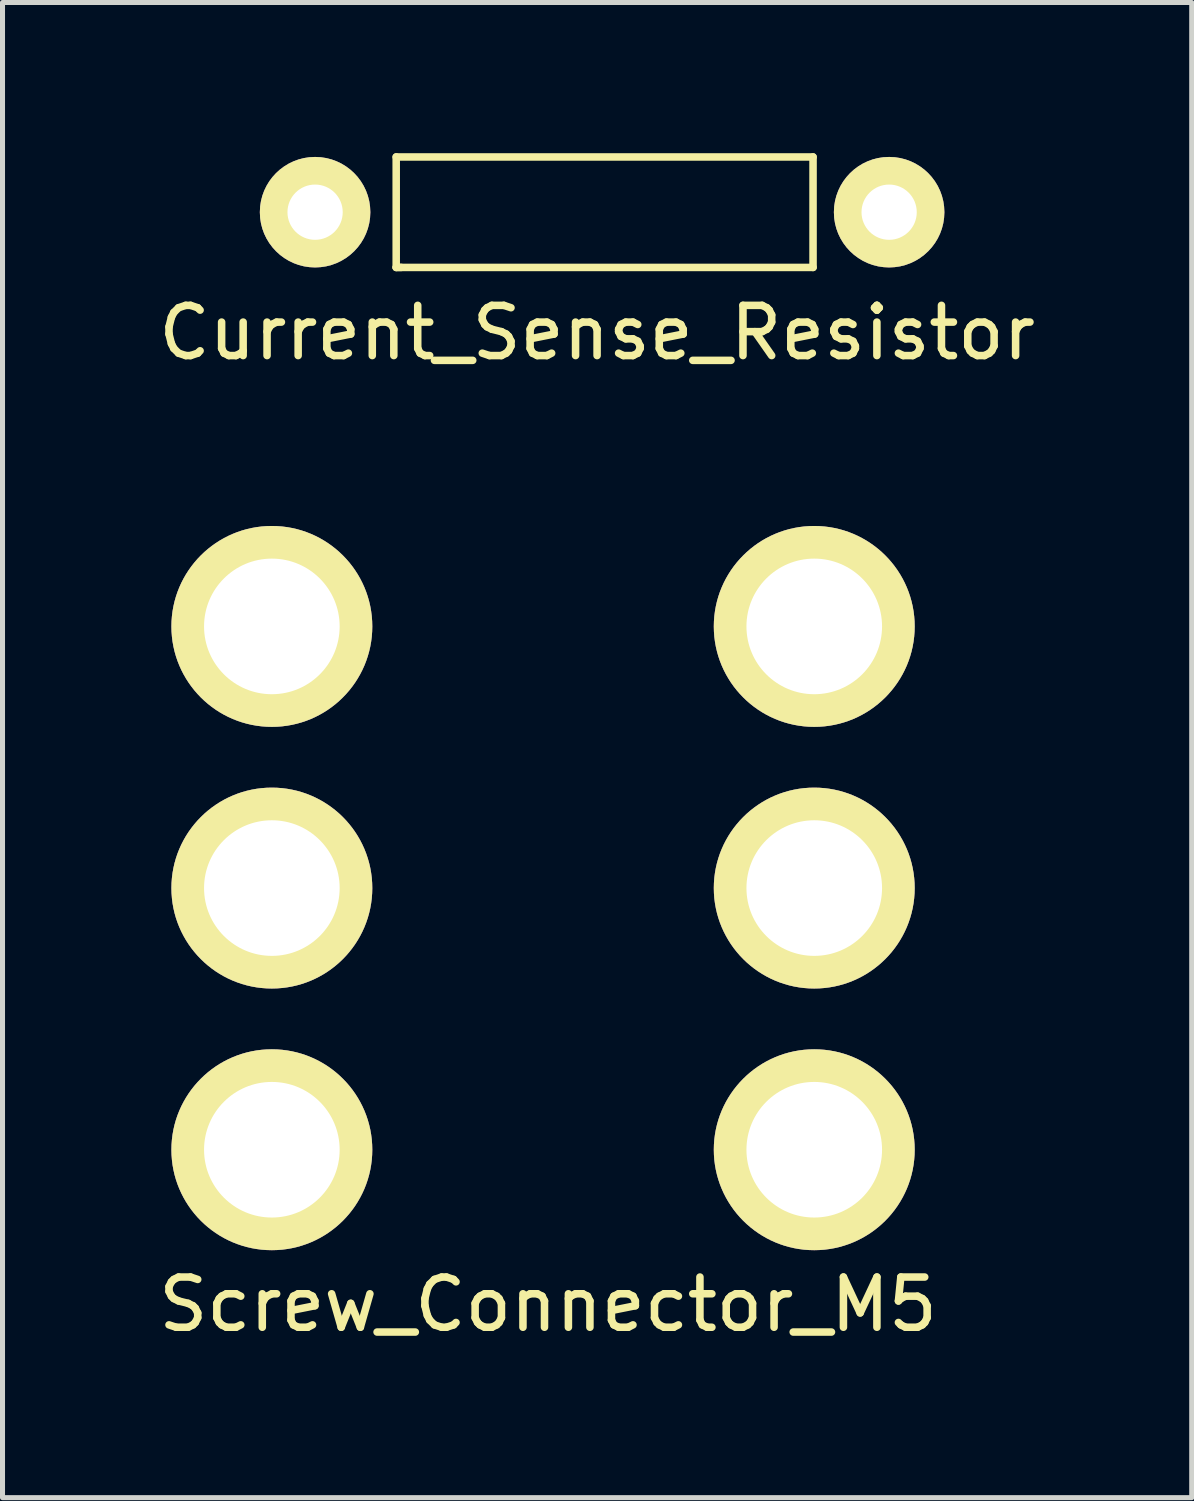
<source format=kicad_pcb>
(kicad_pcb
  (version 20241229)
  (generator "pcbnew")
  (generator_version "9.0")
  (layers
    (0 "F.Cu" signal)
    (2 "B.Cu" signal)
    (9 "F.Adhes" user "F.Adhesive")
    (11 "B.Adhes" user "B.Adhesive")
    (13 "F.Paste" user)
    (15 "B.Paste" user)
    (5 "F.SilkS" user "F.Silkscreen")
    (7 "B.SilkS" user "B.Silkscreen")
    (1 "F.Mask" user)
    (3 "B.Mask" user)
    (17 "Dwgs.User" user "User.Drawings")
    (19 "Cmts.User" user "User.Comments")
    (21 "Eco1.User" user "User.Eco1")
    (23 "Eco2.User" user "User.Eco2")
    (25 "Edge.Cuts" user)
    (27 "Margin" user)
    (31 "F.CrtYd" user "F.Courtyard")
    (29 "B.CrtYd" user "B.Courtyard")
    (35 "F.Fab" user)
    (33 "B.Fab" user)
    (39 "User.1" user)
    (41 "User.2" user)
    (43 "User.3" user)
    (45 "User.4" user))
  (footprint "Current_Sense_Resistor"
    (layer "F.Cu")
    (at 8.939 1.175)
    (property "Reference" "Current_Sense_Resistor" (at -0.1 2.4 0) (layer "F.SilkS") (effects (font (size 1 1) (thickness 0.15))))
    (attr through_hole)
    (fp_line (start -4.1 -1.1) (end 4.2 -1.1) (stroke (width 0.15) (type solid)) (layer "F.SilkS"))
    (fp_line (start -4.1 1.1) (end -4.1 -1.1) (stroke (width 0.15) (type solid)) (layer "F.SilkS"))
    (fp_line (start -4 1.1) (end -4.1 1.1) (stroke (width 0.15) (type solid)) (layer "F.SilkS"))
    (fp_line (start 4.2 -1.1) (end 4.2 1.1) (stroke (width 0.15) (type solid)) (layer "F.SilkS"))
    (fp_line (start 4.2 1.1) (end -4.1 1.1) (stroke (width 0.15) (type solid)) (layer "F.SilkS"))
    (pad "1" thru_hole circle (at 5.715 0) (size 2.2 2.2) (drill 1.1) (layers "*.Cu" "*.Mask" "F.SilkS"))
    (pad "2" thru_hole circle (at -5.715 0) (size 2.2 2.2) (drill 1.1) (layers "*.Cu" "*.Mask" "F.SilkS")))
  (footprint "Screw_Connector_M5"
    (layer "F.Cu")
    (at 7.863 14.923)
    (property "Reference" "Screw_Connector_M5" (at 0 8 0) (layer "F.SilkS") (effects (font (size 1 1) (thickness 0.15))))
    (attr through_hole)
    (pad "1" thru_hole circle (at -5.5 -5.5) (size 4 4) (drill 2.7) (layers "*.Cu" "*.Mask" "F.SilkS"))
    (pad "2" thru_hole circle (at 5.3 -5.5) (size 4 4) (drill 2.7) (layers "*.Cu" "*.Mask" "F.SilkS"))
    (pad "3" thru_hole circle (at -5.5 -0.29) (size 4 4) (drill 2.7) (layers "*.Cu" "*.Mask" "F.SilkS"))
    (pad "4" thru_hole circle (at 5.3 -0.29) (size 4 4) (drill 2.7) (layers "*.Cu" "*.Mask" "F.SilkS"))
    (pad "5" thru_hole circle (at -5.5 4.92) (size 4 4) (drill 2.7) (layers "*.Cu" "*.Mask" "F.SilkS"))
    (pad "6" thru_hole circle (at 5.3 4.92) (size 4 4) (drill 2.7) (layers "*.Cu" "*.Mask" "F.SilkS")))
  (gr_rect
    (start -3 -3)
    (end 20.679 26.771)
    (stroke (width 0.1) (type default))
    (fill no)
    (layer "Edge.Cuts")))
</source>
